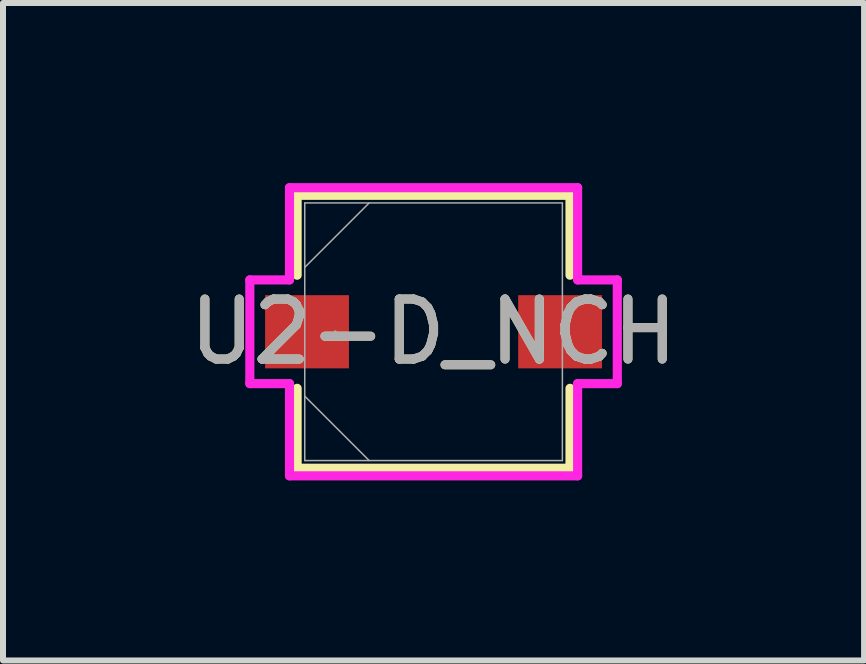
<source format=kicad_pcb>
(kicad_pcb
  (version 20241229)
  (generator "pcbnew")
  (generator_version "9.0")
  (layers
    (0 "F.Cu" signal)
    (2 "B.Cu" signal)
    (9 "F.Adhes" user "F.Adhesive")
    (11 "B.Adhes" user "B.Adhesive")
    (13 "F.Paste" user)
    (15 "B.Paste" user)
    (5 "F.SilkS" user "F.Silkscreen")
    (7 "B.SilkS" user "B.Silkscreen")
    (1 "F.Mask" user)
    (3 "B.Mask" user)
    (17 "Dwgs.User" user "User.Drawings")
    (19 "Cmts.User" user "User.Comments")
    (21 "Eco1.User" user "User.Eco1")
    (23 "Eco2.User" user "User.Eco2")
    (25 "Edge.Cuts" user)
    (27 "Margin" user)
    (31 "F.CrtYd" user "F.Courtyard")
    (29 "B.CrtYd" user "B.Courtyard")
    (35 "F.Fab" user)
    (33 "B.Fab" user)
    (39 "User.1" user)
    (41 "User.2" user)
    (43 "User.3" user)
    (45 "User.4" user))
  (footprint "U2-D_NCH"
    (layer "F.Cu")
    (at 4.173 2.477)
    (property "Reference" "U2-D_NCH" (at 0 0 0) (unlocked yes) (layer "F.SilkS") (effects (font (size 1 1) (thickness 0.15))))
    (attr smd)
    (fp_line (start -2.273 -2.273) (end -2.273 -0.942) (stroke (width 0.152) (type solid)) (layer "F.SilkS"))
    (fp_line (start -2.273 0.942) (end -2.273 2.273) (stroke (width 0.152) (type solid)) (layer "F.SilkS"))
    (fp_line (start -2.273 2.273) (end 2.273 2.273) (stroke (width 0.152) (type solid)) (layer "F.SilkS"))
    (fp_line (start 2.273 -2.273) (end -2.273 -2.273) (stroke (width 0.152) (type solid)) (layer "F.SilkS"))
    (fp_line (start 2.273 -0.942) (end 2.273 -2.273) (stroke (width 0.152) (type solid)) (layer "F.SilkS"))
    (fp_line (start 2.273 2.273) (end 2.273 0.942) (stroke (width 0.152) (type solid)) (layer "F.SilkS"))
    (fp_line (start -3.061 -0.864) (end -2.4 -0.864) (stroke (width 0.152) (type solid)) (layer "F.CrtYd"))
    (fp_line (start -3.061 0.864) (end -3.061 -0.864) (stroke (width 0.152) (type solid)) (layer "F.CrtYd"))
    (fp_line (start -2.4 -2.4) (end 2.4 -2.4) (stroke (width 0.152) (type solid)) (layer "F.CrtYd"))
    (fp_line (start -2.4 -0.864) (end -2.4 -2.4) (stroke (width 0.152) (type solid)) (layer "F.CrtYd"))
    (fp_line (start -2.4 0.864) (end -3.061 0.864) (stroke (width 0.152) (type solid)) (layer "F.CrtYd"))
    (fp_line (start -2.4 2.4) (end -2.4 0.864) (stroke (width 0.152) (type solid)) (layer "F.CrtYd"))
    (fp_line (start 2.4 -2.4) (end 2.4 -0.864) (stroke (width 0.152) (type solid)) (layer "F.CrtYd"))
    (fp_line (start 2.4 -0.864) (end 3.061 -0.864) (stroke (width 0.152) (type solid)) (layer "F.CrtYd"))
    (fp_line (start 2.4 0.864) (end 2.4 2.4) (stroke (width 0.152) (type solid)) (layer "F.CrtYd"))
    (fp_line (start 2.4 2.4) (end -2.4 2.4) (stroke (width 0.152) (type solid)) (layer "F.CrtYd"))
    (fp_line (start 3.061 -0.864) (end 3.061 0.864) (stroke (width 0.152) (type solid)) (layer "F.CrtYd"))
    (fp_line (start 3.061 0.864) (end 2.4 0.864) (stroke (width 0.152) (type solid)) (layer "F.CrtYd"))
    (fp_line (start -2.146 -2.146) (end -2.146 2.146) (stroke (width 0.025) (type solid)) (layer "F.Fab"))
    (fp_line (start -2.146 -1.073) (end -1.073 -2.146) (stroke (width 0.025) (type solid)) (layer "F.Fab"))
    (fp_line (start -2.146 1.073) (end -1.073 2.146) (stroke (width 0.025) (type solid)) (layer "F.Fab"))
    (fp_line (start -2.146 2.146) (end 2.146 2.146) (stroke (width 0.025) (type solid)) (layer "F.Fab"))
    (fp_line (start 2.146 -2.146) (end -2.146 -2.146) (stroke (width 0.025) (type solid)) (layer "F.Fab"))
    (fp_line (start 2.146 2.146) (end 2.146 -2.146) (stroke (width 0.025) (type solid)) (layer "F.Fab"))
    (fp_circle (center -1.638 0) (end -1.638 0) (stroke (width 0.025) (type solid)) (fill no) (layer "F.Fab"))
    (fp_text user "${REFERENCE}" (at 0 0 0) (unlocked yes) (layer "F.Fab") (effects (font (size 1 1) (thickness 0.15))))
    (pad "1" smd rect (at -2.108 0) (size 1.397 1.219) (layers "F.Cu" "F.Mask" "F.Paste"))
    (pad "2" smd rect (at 2.108 0) (size 1.397 1.219) (layers "F.Cu" "F.Mask" "F.Paste"))
    (zone (net_name "") (layer "F.Cu") (hatch full 0.508) (connect_pads) (min_thickness 0.254) (filled_areas_thickness no) (keepout (tracks not_allowed) (vias not_allowed) (pads allowed) (copperpour not_allowed) (footprints allowed)) (placement (enabled no)) (fill) (polygon (pts (xy 2.077 0.381) (xy 6.268 0.381) (xy 6.268 1.816) (xy 2.077 1.816))))
    (zone (net_name "") (layer "F.Cu") (hatch full 0.508) (connect_pads) (min_thickness 0.254) (filled_areas_thickness no) (keepout (tracks not_allowed) (vias not_allowed) (pads allowed) (copperpour not_allowed) (footprints allowed)) (placement (enabled no)) (fill) (polygon (pts (xy 2.077 3.137) (xy 6.268 3.137) (xy 6.268 4.572) (xy 2.077 4.572))))
    (zone (net_name "") (layer "F.Cu") (hatch full 0.508) (connect_pads) (min_thickness 0.254) (filled_areas_thickness no) (keepout (tracks not_allowed) (vias not_allowed) (pads allowed) (copperpour not_allowed) (footprints allowed)) (placement (enabled no)) (fill) (polygon (pts (xy 2.814 1.816) (xy 5.532 1.816) (xy 5.532 3.137) (xy 2.814 3.137)))))
  (gr_rect
    (start -3 -3)
    (end 11.345 7.953)
    (stroke (width 0.1) (type default))
    (fill no)
    (layer "Edge.Cuts")))
</source>
